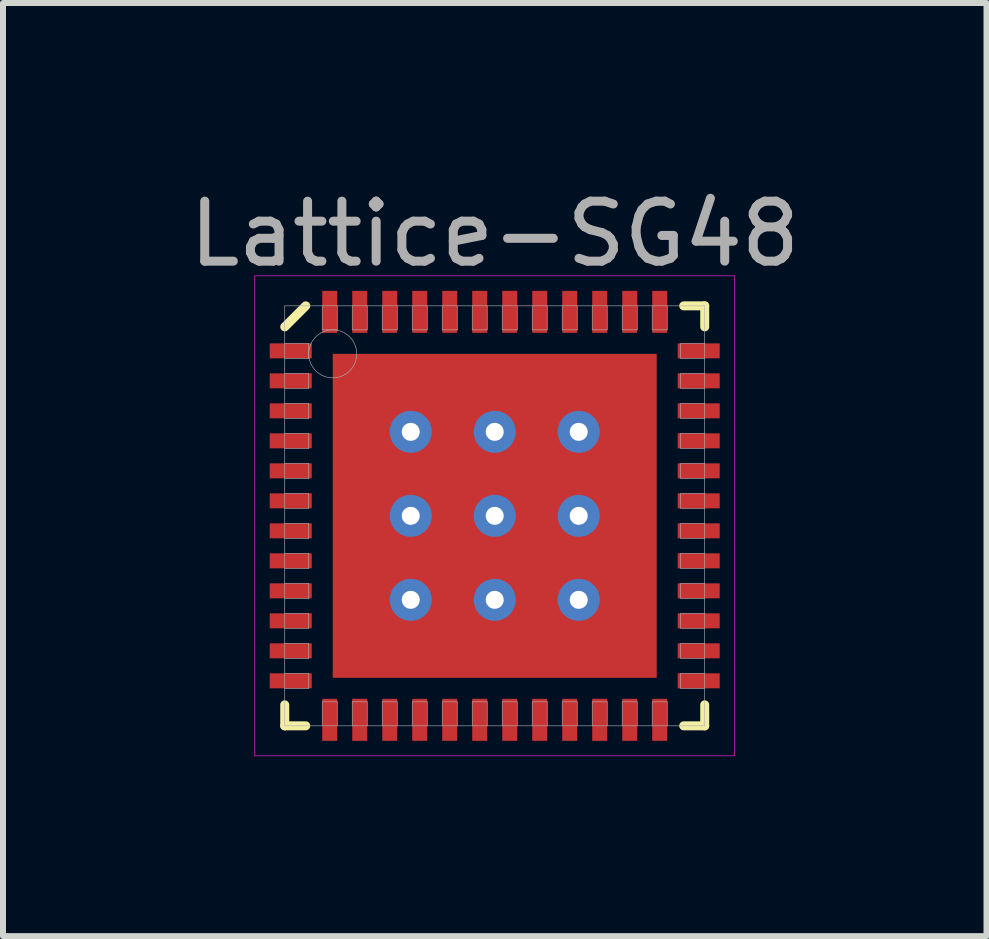
<source format=kicad_pcb>
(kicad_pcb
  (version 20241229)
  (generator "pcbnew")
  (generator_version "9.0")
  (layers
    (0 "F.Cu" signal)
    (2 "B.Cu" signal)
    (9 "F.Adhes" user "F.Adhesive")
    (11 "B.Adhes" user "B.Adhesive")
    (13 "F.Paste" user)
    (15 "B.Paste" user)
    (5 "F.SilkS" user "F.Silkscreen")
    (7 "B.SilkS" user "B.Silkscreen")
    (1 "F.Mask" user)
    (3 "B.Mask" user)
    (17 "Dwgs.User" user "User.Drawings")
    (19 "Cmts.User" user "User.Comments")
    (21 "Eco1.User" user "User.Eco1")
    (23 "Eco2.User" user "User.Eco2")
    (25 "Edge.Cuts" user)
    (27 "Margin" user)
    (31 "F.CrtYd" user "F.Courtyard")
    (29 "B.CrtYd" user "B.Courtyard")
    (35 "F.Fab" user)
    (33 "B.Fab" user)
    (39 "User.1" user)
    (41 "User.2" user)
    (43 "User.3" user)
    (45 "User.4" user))
  (footprint "Lattice-SG48"
    (layer "F.Cu")
    (at 5.196 5.548)
    (property "Reference" "Lattice-SG48" (at 0 -4.7 0) (layer "F.Fab") (effects (font (size 1 1) (thickness 0.15))))
    (attr through_hole)
    (fp_line (start -3.5 -3.15) (end -3.15 -3.5) (stroke (width 0.15) (type solid)) (layer "F.SilkS"))
    (fp_line (start -3.5 3.5) (end -3.5 3.15) (stroke (width 0.15) (type solid)) (layer "F.SilkS"))
    (fp_line (start -3.15 3.5) (end -3.5 3.5) (stroke (width 0.15) (type solid)) (layer "F.SilkS"))
    (fp_line (start 3.15 -3.5) (end 3.5 -3.5) (stroke (width 0.15) (type solid)) (layer "F.SilkS"))
    (fp_line (start 3.15 3.5) (end 3.5 3.5) (stroke (width 0.15) (type solid)) (layer "F.SilkS"))
    (fp_line (start 3.5 -3.5) (end 3.5 -3.15) (stroke (width 0.15) (type solid)) (layer "F.SilkS"))
    (fp_line (start 3.5 3.5) (end 3.5 3.15) (stroke (width 0.15) (type solid)) (layer "F.SilkS"))
    (fp_line (start -4 -4) (end 4 -4) (stroke (width 0.01) (type solid)) (layer "F.CrtYd"))
    (fp_line (start -4 4) (end -4 -4) (stroke (width 0.01) (type solid)) (layer "F.CrtYd"))
    (fp_line (start 4 -4) (end 4 4) (stroke (width 0.01) (type solid)) (layer "F.CrtYd"))
    (fp_line (start 4 4) (end -4 4) (stroke (width 0.01) (type solid)) (layer "F.CrtYd"))
    (fp_line (start -3.5 -3.5) (end 3.5 -3.5) (stroke (width 0.01) (type solid)) (layer "F.Fab"))
    (fp_line (start -3.5 -2.625) (end -3.1 -2.625) (stroke (width 0.01) (type solid)) (layer "F.Fab"))
    (fp_line (start -3.5 -2.125) (end -3.1 -2.125) (stroke (width 0.01) (type solid)) (layer "F.Fab"))
    (fp_line (start -3.5 -1.625) (end -3.1 -1.625) (stroke (width 0.01) (type solid)) (layer "F.Fab"))
    (fp_line (start -3.5 -1.125) (end -3.1 -1.125) (stroke (width 0.01) (type solid)) (layer "F.Fab"))
    (fp_line (start -3.5 -0.625) (end -3.1 -0.625) (stroke (width 0.01) (type solid)) (layer "F.Fab"))
    (fp_line (start -3.5 -0.125) (end -3.1 -0.125) (stroke (width 0.01) (type solid)) (layer "F.Fab"))
    (fp_line (start -3.5 0.375) (end -3.1 0.375) (stroke (width 0.01) (type solid)) (layer "F.Fab"))
    (fp_line (start -3.5 0.875) (end -3.1 0.875) (stroke (width 0.01) (type solid)) (layer "F.Fab"))
    (fp_line (start -3.5 1.375) (end -3.1 1.375) (stroke (width 0.01) (type solid)) (layer "F.Fab"))
    (fp_line (start -3.5 1.875) (end -3.1 1.875) (stroke (width 0.01) (type solid)) (layer "F.Fab"))
    (fp_line (start -3.5 2.375) (end -3.1 2.375) (stroke (width 0.01) (type solid)) (layer "F.Fab"))
    (fp_line (start -3.5 2.875) (end -3.1 2.875) (stroke (width 0.01) (type solid)) (layer "F.Fab"))
    (fp_line (start -3.5 3.5) (end -3.5 -3.5) (stroke (width 0.01) (type solid)) (layer "F.Fab"))
    (fp_line (start -3.1 -2.875) (end -3.5 -2.875) (stroke (width 0.01) (type solid)) (layer "F.Fab"))
    (fp_line (start -3.1 -2.625) (end -3.1 -2.875) (stroke (width 0.01) (type solid)) (layer "F.Fab"))
    (fp_line (start -3.1 -2.375) (end -3.5 -2.375) (stroke (width 0.01) (type solid)) (layer "F.Fab"))
    (fp_line (start -3.1 -2.125) (end -3.1 -2.375) (stroke (width 0.01) (type solid)) (layer "F.Fab"))
    (fp_line (start -3.1 -1.875) (end -3.5 -1.875) (stroke (width 0.01) (type solid)) (layer "F.Fab"))
    (fp_line (start -3.1 -1.625) (end -3.1 -1.875) (stroke (width 0.01) (type solid)) (layer "F.Fab"))
    (fp_line (start -3.1 -1.375) (end -3.5 -1.375) (stroke (width 0.01) (type solid)) (layer "F.Fab"))
    (fp_line (start -3.1 -1.125) (end -3.1 -1.375) (stroke (width 0.01) (type solid)) (layer "F.Fab"))
    (fp_line (start -3.1 -0.875) (end -3.5 -0.875) (stroke (width 0.01) (type solid)) (layer "F.Fab"))
    (fp_line (start -3.1 -0.625) (end -3.1 -0.875) (stroke (width 0.01) (type solid)) (layer "F.Fab"))
    (fp_line (start -3.1 -0.375) (end -3.5 -0.375) (stroke (width 0.01) (type solid)) (layer "F.Fab"))
    (fp_line (start -3.1 -0.125) (end -3.1 -0.375) (stroke (width 0.01) (type solid)) (layer "F.Fab"))
    (fp_line (start -3.1 0.125) (end -3.5 0.125) (stroke (width 0.01) (type solid)) (layer "F.Fab"))
    (fp_line (start -3.1 0.375) (end -3.1 0.125) (stroke (width 0.01) (type solid)) (layer "F.Fab"))
    (fp_line (start -3.1 0.625) (end -3.5 0.625) (stroke (width 0.01) (type solid)) (layer "F.Fab"))
    (fp_line (start -3.1 0.875) (end -3.1 0.625) (stroke (width 0.01) (type solid)) (layer "F.Fab"))
    (fp_line (start -3.1 1.125) (end -3.5 1.125) (stroke (width 0.01) (type solid)) (layer "F.Fab"))
    (fp_line (start -3.1 1.375) (end -3.1 1.125) (stroke (width 0.01) (type solid)) (layer "F.Fab"))
    (fp_line (start -3.1 1.625) (end -3.5 1.625) (stroke (width 0.01) (type solid)) (layer "F.Fab"))
    (fp_line (start -3.1 1.875) (end -3.1 1.625) (stroke (width 0.01) (type solid)) (layer "F.Fab"))
    (fp_line (start -3.1 2.125) (end -3.5 2.125) (stroke (width 0.01) (type solid)) (layer "F.Fab"))
    (fp_line (start -3.1 2.375) (end -3.1 2.125) (stroke (width 0.01) (type solid)) (layer "F.Fab"))
    (fp_line (start -3.1 2.625) (end -3.5 2.625) (stroke (width 0.01) (type solid)) (layer "F.Fab"))
    (fp_line (start -3.1 2.875) (end -3.1 2.625) (stroke (width 0.01) (type solid)) (layer "F.Fab"))
    (fp_line (start -2.875 -3.5) (end -2.875 -3.1) (stroke (width 0.01) (type solid)) (layer "F.Fab"))
    (fp_line (start -2.875 -3.1) (end -2.625 -3.1) (stroke (width 0.01) (type solid)) (layer "F.Fab"))
    (fp_line (start -2.875 3.1) (end -2.875 3.5) (stroke (width 0.01) (type solid)) (layer "F.Fab"))
    (fp_line (start -2.625 -3.1) (end -2.625 -3.5) (stroke (width 0.01) (type solid)) (layer "F.Fab"))
    (fp_line (start -2.625 3.1) (end -2.875 3.1) (stroke (width 0.01) (type solid)) (layer "F.Fab"))
    (fp_line (start -2.625 3.5) (end -2.625 3.1) (stroke (width 0.01) (type solid)) (layer "F.Fab"))
    (fp_line (start -2.375 -3.5) (end -2.375 -3.1) (stroke (width 0.01) (type solid)) (layer "F.Fab"))
    (fp_line (start -2.375 -3.1) (end -2.125 -3.1) (stroke (width 0.01) (type solid)) (layer "F.Fab"))
    (fp_line (start -2.375 3.1) (end -2.375 3.5) (stroke (width 0.01) (type solid)) (layer "F.Fab"))
    (fp_line (start -2.125 -3.1) (end -2.125 -3.5) (stroke (width 0.01) (type solid)) (layer "F.Fab"))
    (fp_line (start -2.125 3.1) (end -2.375 3.1) (stroke (width 0.01) (type solid)) (layer "F.Fab"))
    (fp_line (start -2.125 3.5) (end -2.125 3.1) (stroke (width 0.01) (type solid)) (layer "F.Fab"))
    (fp_line (start -1.875 -3.5) (end -1.875 -3.1) (stroke (width 0.01) (type solid)) (layer "F.Fab"))
    (fp_line (start -1.875 -3.1) (end -1.625 -3.1) (stroke (width 0.01) (type solid)) (layer "F.Fab"))
    (fp_line (start -1.875 3.1) (end -1.875 3.5) (stroke (width 0.01) (type solid)) (layer "F.Fab"))
    (fp_line (start -1.625 -3.1) (end -1.625 -3.5) (stroke (width 0.01) (type solid)) (layer "F.Fab"))
    (fp_line (start -1.625 3.1) (end -1.875 3.1) (stroke (width 0.01) (type solid)) (layer "F.Fab"))
    (fp_line (start -1.625 3.5) (end -1.625 3.1) (stroke (width 0.01) (type solid)) (layer "F.Fab"))
    (fp_line (start -1.375 -3.5) (end -1.375 -3.1) (stroke (width 0.01) (type solid)) (layer "F.Fab"))
    (fp_line (start -1.375 -3.1) (end -1.125 -3.1) (stroke (width 0.01) (type solid)) (layer "F.Fab"))
    (fp_line (start -1.375 3.1) (end -1.375 3.5) (stroke (width 0.01) (type solid)) (layer "F.Fab"))
    (fp_line (start -1.125 -3.1) (end -1.125 -3.5) (stroke (width 0.01) (type solid)) (layer "F.Fab"))
    (fp_line (start -1.125 3.1) (end -1.375 3.1) (stroke (width 0.01) (type solid)) (layer "F.Fab"))
    (fp_line (start -1.125 3.5) (end -1.125 3.1) (stroke (width 0.01) (type solid)) (layer "F.Fab"))
    (fp_line (start -0.875 -3.5) (end -0.875 -3.1) (stroke (width 0.01) (type solid)) (layer "F.Fab"))
    (fp_line (start -0.875 -3.1) (end -0.625 -3.1) (stroke (width 0.01) (type solid)) (layer "F.Fab"))
    (fp_line (start -0.875 3.1) (end -0.875 3.5) (stroke (width 0.01) (type solid)) (layer "F.Fab"))
    (fp_line (start -0.625 -3.1) (end -0.625 -3.5) (stroke (width 0.01) (type solid)) (layer "F.Fab"))
    (fp_line (start -0.625 3.1) (end -0.875 3.1) (stroke (width 0.01) (type solid)) (layer "F.Fab"))
    (fp_line (start -0.625 3.5) (end -0.625 3.1) (stroke (width 0.01) (type solid)) (layer "F.Fab"))
    (fp_line (start -0.375 -3.5) (end -0.375 -3.1) (stroke (width 0.01) (type solid)) (layer "F.Fab"))
    (fp_line (start -0.375 -3.1) (end -0.125 -3.1) (stroke (width 0.01) (type solid)) (layer "F.Fab"))
    (fp_line (start -0.375 3.1) (end -0.375 3.5) (stroke (width 0.01) (type solid)) (layer "F.Fab"))
    (fp_line (start -0.125 -3.1) (end -0.125 -3.5) (stroke (width 0.01) (type solid)) (layer "F.Fab"))
    (fp_line (start -0.125 3.1) (end -0.375 3.1) (stroke (width 0.01) (type solid)) (layer "F.Fab"))
    (fp_line (start -0.125 3.5) (end -0.125 3.1) (stroke (width 0.01) (type solid)) (layer "F.Fab"))
    (fp_line (start 0.125 -3.5) (end 0.125 -3.1) (stroke (width 0.01) (type solid)) (layer "F.Fab"))
    (fp_line (start 0.125 -3.1) (end 0.375 -3.1) (stroke (width 0.01) (type solid)) (layer "F.Fab"))
    (fp_line (start 0.125 3.1) (end 0.125 3.5) (stroke (width 0.01) (type solid)) (layer "F.Fab"))
    (fp_line (start 0.375 -3.1) (end 0.375 -3.5) (stroke (width 0.01) (type solid)) (layer "F.Fab"))
    (fp_line (start 0.375 3.1) (end 0.125 3.1) (stroke (width 0.01) (type solid)) (layer "F.Fab"))
    (fp_line (start 0.375 3.5) (end 0.375 3.1) (stroke (width 0.01) (type solid)) (layer "F.Fab"))
    (fp_line (start 0.625 -3.5) (end 0.625 -3.1) (stroke (width 0.01) (type solid)) (layer "F.Fab"))
    (fp_line (start 0.625 -3.1) (end 0.875 -3.1) (stroke (width 0.01) (type solid)) (layer "F.Fab"))
    (fp_line (start 0.625 3.1) (end 0.625 3.5) (stroke (width 0.01) (type solid)) (layer "F.Fab"))
    (fp_line (start 0.875 -3.1) (end 0.875 -3.5) (stroke (width 0.01) (type solid)) (layer "F.Fab"))
    (fp_line (start 0.875 3.1) (end 0.625 3.1) (stroke (width 0.01) (type solid)) (layer "F.Fab"))
    (fp_line (start 0.875 3.5) (end 0.875 3.1) (stroke (width 0.01) (type solid)) (layer "F.Fab"))
    (fp_line (start 1.125 -3.5) (end 1.125 -3.1) (stroke (width 0.01) (type solid)) (layer "F.Fab"))
    (fp_line (start 1.125 -3.1) (end 1.375 -3.1) (stroke (width 0.01) (type solid)) (layer "F.Fab"))
    (fp_line (start 1.125 3.1) (end 1.125 3.5) (stroke (width 0.01) (type solid)) (layer "F.Fab"))
    (fp_line (start 1.375 -3.1) (end 1.375 -3.5) (stroke (width 0.01) (type solid)) (layer "F.Fab"))
    (fp_line (start 1.375 3.1) (end 1.125 3.1) (stroke (width 0.01) (type solid)) (layer "F.Fab"))
    (fp_line (start 1.375 3.5) (end 1.375 3.1) (stroke (width 0.01) (type solid)) (layer "F.Fab"))
    (fp_line (start 1.625 -3.5) (end 1.625 -3.1) (stroke (width 0.01) (type solid)) (layer "F.Fab"))
    (fp_line (start 1.625 -3.1) (end 1.875 -3.1) (stroke (width 0.01) (type solid)) (layer "F.Fab"))
    (fp_line (start 1.625 3.1) (end 1.625 3.5) (stroke (width 0.01) (type solid)) (layer "F.Fab"))
    (fp_line (start 1.875 -3.1) (end 1.875 -3.5) (stroke (width 0.01) (type solid)) (layer "F.Fab"))
    (fp_line (start 1.875 3.1) (end 1.625 3.1) (stroke (width 0.01) (type solid)) (layer "F.Fab"))
    (fp_line (start 1.875 3.5) (end 1.875 3.1) (stroke (width 0.01) (type solid)) (layer "F.Fab"))
    (fp_line (start 2.125 -3.5) (end 2.125 -3.1) (stroke (width 0.01) (type solid)) (layer "F.Fab"))
    (fp_line (start 2.125 -3.1) (end 2.375 -3.1) (stroke (width 0.01) (type solid)) (layer "F.Fab"))
    (fp_line (start 2.125 3.1) (end 2.125 3.5) (stroke (width 0.01) (type solid)) (layer "F.Fab"))
    (fp_line (start 2.375 -3.1) (end 2.375 -3.5) (stroke (width 0.01) (type solid)) (layer "F.Fab"))
    (fp_line (start 2.375 3.1) (end 2.125 3.1) (stroke (width 0.01) (type solid)) (layer "F.Fab"))
    (fp_line (start 2.375 3.5) (end 2.375 3.1) (stroke (width 0.01) (type solid)) (layer "F.Fab"))
    (fp_line (start 2.625 -3.5) (end 2.625 -3.1) (stroke (width 0.01) (type solid)) (layer "F.Fab"))
    (fp_line (start 2.625 -3.1) (end 2.875 -3.1) (stroke (width 0.01) (type solid)) (layer "F.Fab"))
    (fp_line (start 2.625 3.1) (end 2.625 3.5) (stroke (width 0.01) (type solid)) (layer "F.Fab"))
    (fp_line (start 2.875 -3.1) (end 2.875 -3.5) (stroke (width 0.01) (type solid)) (layer "F.Fab"))
    (fp_line (start 2.875 3.1) (end 2.625 3.1) (stroke (width 0.01) (type solid)) (layer "F.Fab"))
    (fp_line (start 2.875 3.5) (end 2.875 3.1) (stroke (width 0.01) (type solid)) (layer "F.Fab"))
    (fp_line (start 3.1 -2.875) (end 3.1 -2.625) (stroke (width 0.01) (type solid)) (layer "F.Fab"))
    (fp_line (start 3.1 -2.625) (end 3.5 -2.625) (stroke (width 0.01) (type solid)) (layer "F.Fab"))
    (fp_line (start 3.1 -2.375) (end 3.1 -2.125) (stroke (width 0.01) (type solid)) (layer "F.Fab"))
    (fp_line (start 3.1 -2.125) (end 3.5 -2.125) (stroke (width 0.01) (type solid)) (layer "F.Fab"))
    (fp_line (start 3.1 -1.875) (end 3.1 -1.625) (stroke (width 0.01) (type solid)) (layer "F.Fab"))
    (fp_line (start 3.1 -1.625) (end 3.5 -1.625) (stroke (width 0.01) (type solid)) (layer "F.Fab"))
    (fp_line (start 3.1 -1.375) (end 3.1 -1.125) (stroke (width 0.01) (type solid)) (layer "F.Fab"))
    (fp_line (start 3.1 -1.125) (end 3.5 -1.125) (stroke (width 0.01) (type solid)) (layer "F.Fab"))
    (fp_line (start 3.1 -0.875) (end 3.1 -0.625) (stroke (width 0.01) (type solid)) (layer "F.Fab"))
    (fp_line (start 3.1 -0.625) (end 3.5 -0.625) (stroke (width 0.01) (type solid)) (layer "F.Fab"))
    (fp_line (start 3.1 -0.375) (end 3.1 -0.125) (stroke (width 0.01) (type solid)) (layer "F.Fab"))
    (fp_line (start 3.1 -0.125) (end 3.5 -0.125) (stroke (width 0.01) (type solid)) (layer "F.Fab"))
    (fp_line (start 3.1 0.125) (end 3.1 0.375) (stroke (width 0.01) (type solid)) (layer "F.Fab"))
    (fp_line (start 3.1 0.375) (end 3.5 0.375) (stroke (width 0.01) (type solid)) (layer "F.Fab"))
    (fp_line (start 3.1 0.625) (end 3.1 0.875) (stroke (width 0.01) (type solid)) (layer "F.Fab"))
    (fp_line (start 3.1 0.875) (end 3.5 0.875) (stroke (width 0.01) (type solid)) (layer "F.Fab"))
    (fp_line (start 3.1 1.125) (end 3.1 1.375) (stroke (width 0.01) (type solid)) (layer "F.Fab"))
    (fp_line (start 3.1 1.375) (end 3.5 1.375) (stroke (width 0.01) (type solid)) (layer "F.Fab"))
    (fp_line (start 3.1 1.625) (end 3.1 1.875) (stroke (width 0.01) (type solid)) (layer "F.Fab"))
    (fp_line (start 3.1 1.875) (end 3.5 1.875) (stroke (width 0.01) (type solid)) (layer "F.Fab"))
    (fp_line (start 3.1 2.125) (end 3.1 2.375) (stroke (width 0.01) (type solid)) (layer "F.Fab"))
    (fp_line (start 3.1 2.375) (end 3.5 2.375) (stroke (width 0.01) (type solid)) (layer "F.Fab"))
    (fp_line (start 3.1 2.625) (end 3.1 2.875) (stroke (width 0.01) (type solid)) (layer "F.Fab"))
    (fp_line (start 3.1 2.875) (end 3.5 2.875) (stroke (width 0.01) (type solid)) (layer "F.Fab"))
    (fp_line (start 3.5 -3.5) (end 3.5 3.5) (stroke (width 0.01) (type solid)) (layer "F.Fab"))
    (fp_line (start 3.5 -2.875) (end 3.1 -2.875) (stroke (width 0.01) (type solid)) (layer "F.Fab"))
    (fp_line (start 3.5 -2.375) (end 3.1 -2.375) (stroke (width 0.01) (type solid)) (layer "F.Fab"))
    (fp_line (start 3.5 -1.875) (end 3.1 -1.875) (stroke (width 0.01) (type solid)) (layer "F.Fab"))
    (fp_line (start 3.5 -1.375) (end 3.1 -1.375) (stroke (width 0.01) (type solid)) (layer "F.Fab"))
    (fp_line (start 3.5 -0.875) (end 3.1 -0.875) (stroke (width 0.01) (type solid)) (layer "F.Fab"))
    (fp_line (start 3.5 -0.375) (end 3.1 -0.375) (stroke (width 0.01) (type solid)) (layer "F.Fab"))
    (fp_line (start 3.5 0.125) (end 3.1 0.125) (stroke (width 0.01) (type solid)) (layer "F.Fab"))
    (fp_line (start 3.5 0.625) (end 3.1 0.625) (stroke (width 0.01) (type solid)) (layer "F.Fab"))
    (fp_line (start 3.5 1.125) (end 3.1 1.125) (stroke (width 0.01) (type solid)) (layer "F.Fab"))
    (fp_line (start 3.5 1.625) (end 3.1 1.625) (stroke (width 0.01) (type solid)) (layer "F.Fab"))
    (fp_line (start 3.5 2.125) (end 3.1 2.125) (stroke (width 0.01) (type solid)) (layer "F.Fab"))
    (fp_line (start 3.5 2.625) (end 3.1 2.625) (stroke (width 0.01) (type solid)) (layer "F.Fab"))
    (fp_line (start 3.5 3.5) (end -3.5 3.5) (stroke (width 0.01) (type solid)) (layer "F.Fab"))
    (fp_circle (center -2.7 -2.7) (end -2.7 -2.3) (stroke (width 0.01) (type solid)) (fill no) (layer "F.Fab"))
    (pad "" smd rect (at -2.1 -2.1) (size 0.8 0.8) (layers "F.Mask"))
    (pad "" smd rect (at -2.1 -2.1) (size 0.8 0.8) (layers "F.Paste"))
    (pad "" smd rect (at -2.1 -0.7) (size 0.8 0.8) (layers "F.Mask"))
    (pad "" smd rect (at -2.1 -0.7) (size 0.8 0.8) (layers "F.Paste"))
    (pad "" smd rect (at -2.1 0.7) (size 0.8 0.8) (layers "F.Mask"))
    (pad "" smd rect (at -2.1 0.7) (size 0.8 0.8) (layers "F.Paste"))
    (pad "" smd rect (at -2.1 2.1) (size 0.8 0.8) (layers "F.Mask"))
    (pad "" smd rect (at -2.1 2.1) (size 0.8 0.8) (layers "F.Paste"))
    (pad "" smd rect (at -0.7 -2.1) (size 0.8 0.8) (layers "F.Mask"))
    (pad "" smd rect (at -0.7 -2.1) (size 0.8 0.8) (layers "F.Paste"))
    (pad "" smd rect (at -0.7 -0.7) (size 0.8 0.8) (layers "F.Mask"))
    (pad "" smd rect (at -0.7 -0.7) (size 0.8 0.8) (layers "F.Paste"))
    (pad "" smd rect (at -0.7 0.7) (size 0.8 0.8) (layers "F.Mask"))
    (pad "" smd rect (at -0.7 0.7) (size 0.8 0.8) (layers "F.Paste"))
    (pad "" smd rect (at -0.7 2.1) (size 0.8 0.8) (layers "F.Mask"))
    (pad "" smd rect (at -0.7 2.1) (size 0.8 0.8) (layers "F.Paste"))
    (pad "" smd rect (at 0.7 -2.1) (size 0.8 0.8) (layers "F.Mask"))
    (pad "" smd rect (at 0.7 -2.1) (size 0.8 0.8) (layers "F.Paste"))
    (pad "" smd rect (at 0.7 -0.7) (size 0.8 0.8) (layers "F.Mask"))
    (pad "" smd rect (at 0.7 -0.7) (size 0.8 0.8) (layers "F.Paste"))
    (pad "" smd rect (at 0.7 0.7) (size 0.8 0.8) (layers "F.Mask"))
    (pad "" smd rect (at 0.7 0.7) (size 0.8 0.8) (layers "F.Paste"))
    (pad "" smd rect (at 0.7 2.1) (size 0.8 0.8) (layers "F.Mask"))
    (pad "" smd rect (at 0.7 2.1) (size 0.8 0.8) (layers "F.Paste"))
    (pad "" smd rect (at 2.1 -2.1) (size 0.8 0.8) (layers "F.Mask"))
    (pad "" smd rect (at 2.1 -2.1) (size 0.8 0.8) (layers "F.Paste"))
    (pad "" smd rect (at 2.1 -0.7) (size 0.8 0.8) (layers "F.Mask"))
    (pad "" smd rect (at 2.1 -0.7) (size 0.8 0.8) (layers "F.Paste"))
    (pad "" smd rect (at 2.1 0.7) (size 0.8 0.8) (layers "F.Mask"))
    (pad "" smd rect (at 2.1 0.7) (size 0.8 0.8) (layers "F.Paste"))
    (pad "" smd rect (at 2.1 2.1) (size 0.8 0.8) (layers "F.Mask"))
    (pad "" smd rect (at 2.1 2.1) (size 0.8 0.8) (layers "F.Paste"))
    (pad "1" smd rect (at -3.4 -2.75) (size 0.7 0.25) (layers "F.Cu" "F.Mask" "F.Paste"))
    (pad "2" smd rect (at -3.4 -2.25) (size 0.7 0.25) (layers "F.Cu" "F.Mask" "F.Paste"))
    (pad "3" smd rect (at -3.4 -1.75) (size 0.7 0.25) (layers "F.Cu" "F.Mask" "F.Paste"))
    (pad "4" smd rect (at -3.4 -1.25) (size 0.7 0.25) (layers "F.Cu" "F.Mask" "F.Paste"))
    (pad "5" smd rect (at -3.4 -0.75) (size 0.7 0.25) (layers "F.Cu" "F.Mask" "F.Paste"))
    (pad "6" smd rect (at -3.4 -0.25) (size 0.7 0.25) (layers "F.Cu" "F.Mask" "F.Paste"))
    (pad "7" smd rect (at -3.4 0.25) (size 0.7 0.25) (layers "F.Cu" "F.Mask" "F.Paste"))
    (pad "8" smd rect (at -3.4 0.75) (size 0.7 0.25) (layers "F.Cu" "F.Mask" "F.Paste"))
    (pad "9" smd rect (at -3.4 1.25) (size 0.7 0.25) (layers "F.Cu" "F.Mask" "F.Paste"))
    (pad "10" smd rect (at -3.4 1.75) (size 0.7 0.25) (layers "F.Cu" "F.Mask" "F.Paste"))
    (pad "11" smd rect (at -3.4 2.25) (size 0.7 0.25) (layers "F.Cu" "F.Mask" "F.Paste"))
    (pad "12" smd rect (at -3.4 2.75) (size 0.7 0.25) (layers "F.Cu" "F.Mask" "F.Paste"))
    (pad "13" smd rect (at -2.75 3.4) (size 0.25 0.7) (layers "F.Cu" "F.Mask" "F.Paste"))
    (pad "14" smd rect (at -2.25 3.4) (size 0.25 0.7) (layers "F.Cu" "F.Mask" "F.Paste"))
    (pad "15" smd rect (at -1.75 3.4) (size 0.25 0.7) (layers "F.Cu" "F.Mask" "F.Paste"))
    (pad "16" smd rect (at -1.25 3.4) (size 0.25 0.7) (layers "F.Cu" "F.Mask" "F.Paste"))
    (pad "17" smd rect (at -0.75 3.4) (size 0.25 0.7) (layers "F.Cu" "F.Mask" "F.Paste"))
    (pad "18" smd rect (at -0.25 3.4) (size 0.25 0.7) (layers "F.Cu" "F.Mask" "F.Paste"))
    (pad "19" smd rect (at 0.25 3.4) (size 0.25 0.7) (layers "F.Cu" "F.Mask" "F.Paste"))
    (pad "20" smd rect (at 0.75 3.4) (size 0.25 0.7) (layers "F.Cu" "F.Mask" "F.Paste"))
    (pad "21" smd rect (at 1.25 3.4) (size 0.25 0.7) (layers "F.Cu" "F.Mask" "F.Paste"))
    (pad "22" smd rect (at 1.75 3.4) (size 0.25 0.7) (layers "F.Cu" "F.Mask" "F.Paste"))
    (pad "23" smd rect (at 2.25 3.4) (size 0.25 0.7) (layers "F.Cu" "F.Mask" "F.Paste"))
    (pad "24" smd rect (at 2.75 3.4) (size 0.25 0.7) (layers "F.Cu" "F.Mask" "F.Paste"))
    (pad "25" smd rect (at 3.4 2.75) (size 0.7 0.25) (layers "F.Cu" "F.Mask" "F.Paste"))
    (pad "26" smd rect (at 3.4 2.25) (size 0.7 0.25) (layers "F.Cu" "F.Mask" "F.Paste"))
    (pad "27" smd rect (at 3.4 1.75) (size 0.7 0.25) (layers "F.Cu" "F.Mask" "F.Paste"))
    (pad "28" smd rect (at 3.4 1.25) (size 0.7 0.25) (layers "F.Cu" "F.Mask" "F.Paste"))
    (pad "29" smd rect (at 3.4 0.75) (size 0.7 0.25) (layers "F.Cu" "F.Mask" "F.Paste"))
    (pad "30" smd rect (at 3.4 0.25) (size 0.7 0.25) (layers "F.Cu" "F.Mask" "F.Paste"))
    (pad "31" smd rect (at 3.4 -0.25) (size 0.7 0.25) (layers "F.Cu" "F.Mask" "F.Paste"))
    (pad "32" smd rect (at 3.4 -0.75) (size 0.7 0.25) (layers "F.Cu" "F.Mask" "F.Paste"))
    (pad "33" smd rect (at 3.4 -1.25) (size 0.7 0.25) (layers "F.Cu" "F.Mask" "F.Paste"))
    (pad "34" smd rect (at 3.4 -1.75) (size 0.7 0.25) (layers "F.Cu" "F.Mask" "F.Paste"))
    (pad "35" smd rect (at 3.4 -2.25) (size 0.7 0.25) (layers "F.Cu" "F.Mask" "F.Paste"))
    (pad "36" smd rect (at 3.4 -2.75) (size 0.7 0.25) (layers "F.Cu" "F.Mask" "F.Paste"))
    (pad "37" smd rect (at 2.75 -3.4) (size 0.25 0.7) (layers "F.Cu" "F.Mask" "F.Paste"))
    (pad "38" smd rect (at 2.25 -3.4) (size 0.25 0.7) (layers "F.Cu" "F.Mask" "F.Paste"))
    (pad "39" smd rect (at 1.75 -3.4) (size 0.25 0.7) (layers "F.Cu" "F.Mask" "F.Paste"))
    (pad "40" smd rect (at 1.25 -3.4) (size 0.25 0.7) (layers "F.Cu" "F.Mask" "F.Paste"))
    (pad "41" smd rect (at 0.75 -3.4) (size 0.25 0.7) (layers "F.Cu" "F.Mask" "F.Paste"))
    (pad "42" smd rect (at 0.25 -3.4) (size 0.25 0.7) (layers "F.Cu" "F.Mask" "F.Paste"))
    (pad "43" smd rect (at -0.25 -3.4) (size 0.25 0.7) (layers "F.Cu" "F.Mask" "F.Paste"))
    (pad "44" smd rect (at -0.75 -3.4) (size 0.25 0.7) (layers "F.Cu" "F.Mask" "F.Paste"))
    (pad "45" smd rect (at -1.25 -3.4) (size 0.25 0.7) (layers "F.Cu" "F.Mask" "F.Paste"))
    (pad "46" smd rect (at -1.75 -3.4) (size 0.25 0.7) (layers "F.Cu" "F.Mask" "F.Paste"))
    (pad "47" smd rect (at -2.25 -3.4) (size 0.25 0.7) (layers "F.Cu" "F.Mask" "F.Paste"))
    (pad "48" smd rect (at -2.75 -3.4) (size 0.25 0.7) (layers "F.Cu" "F.Mask" "F.Paste"))
    (pad "EP" thru_hole circle (at -1.4 -1.4) (size 0.7 0.7) (drill 0.3) (layers "*.Cu"))
    (pad "EP" thru_hole circle (at -1.4 0) (size 0.7 0.7) (drill 0.3) (layers "*.Cu"))
    (pad "EP" thru_hole circle (at -1.4 1.4) (size 0.7 0.7) (drill 0.3) (layers "*.Cu"))
    (pad "EP" thru_hole circle (at 0 -1.4) (size 0.7 0.7) (drill 0.3) (layers "*.Cu"))
    (pad "EP" thru_hole circle (at 0 0) (size 0.7 0.7) (drill 0.3) (layers "*.Cu"))
    (pad "EP" smd rect (at 0 0) (size 5.4 5.4) (layers "F.Cu"))
    (pad "EP" thru_hole circle (at 0 1.4) (size 0.7 0.7) (drill 0.3) (layers "*.Cu"))
    (pad "EP" thru_hole circle (at 1.4 -1.4) (size 0.7 0.7) (drill 0.3) (layers "*.Cu"))
    (pad "EP" thru_hole circle (at 1.4 0) (size 0.7 0.7) (drill 0.3) (layers "*.Cu"))
    (pad "EP" thru_hole circle (at 1.4 1.4) (size 0.7 0.7) (drill 0.3) (layers "*.Cu")))
  (gr_rect
    (start -3 -3)
    (end 13.393 12.553)
    (stroke (width 0.1) (type default))
    (fill no)
    (layer "Edge.Cuts")))
</source>
